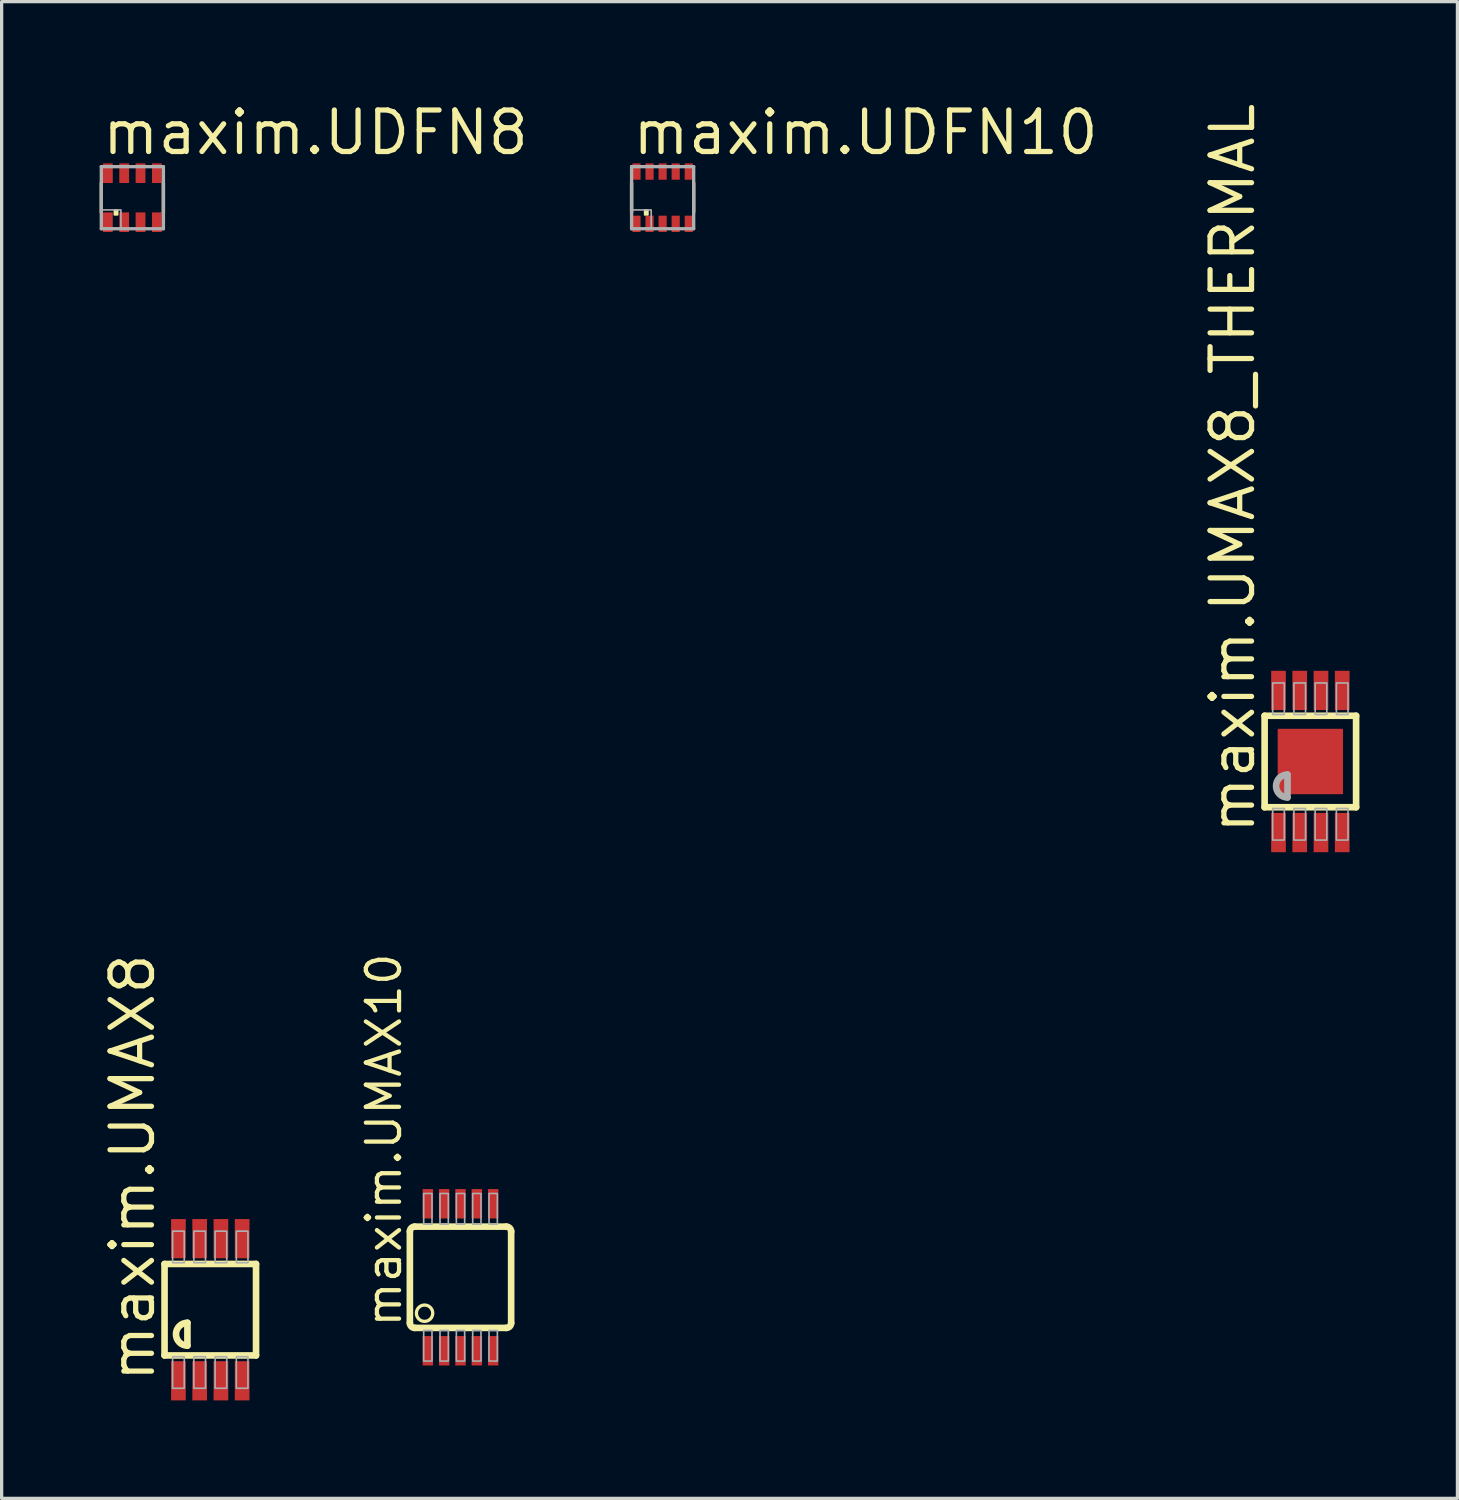
<source format=kicad_pcb>
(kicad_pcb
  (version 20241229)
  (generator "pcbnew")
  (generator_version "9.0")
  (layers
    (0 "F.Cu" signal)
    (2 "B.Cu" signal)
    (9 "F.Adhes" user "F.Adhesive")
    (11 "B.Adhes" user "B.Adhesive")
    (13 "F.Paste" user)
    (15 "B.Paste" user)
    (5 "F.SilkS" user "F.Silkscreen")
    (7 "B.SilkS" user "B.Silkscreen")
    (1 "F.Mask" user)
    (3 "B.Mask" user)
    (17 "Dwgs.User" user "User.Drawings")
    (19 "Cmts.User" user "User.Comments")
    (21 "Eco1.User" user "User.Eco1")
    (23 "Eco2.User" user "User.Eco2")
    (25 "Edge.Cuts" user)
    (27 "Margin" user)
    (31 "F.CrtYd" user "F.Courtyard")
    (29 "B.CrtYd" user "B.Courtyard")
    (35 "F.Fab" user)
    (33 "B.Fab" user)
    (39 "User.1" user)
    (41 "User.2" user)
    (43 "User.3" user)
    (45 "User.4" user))
  (footprint "maxim.UDFN10"
    (layer "F.Cu")
    (at 17.23 3)
    (property "Reference" "maxim.UDFN10" (at -1 -1.25 0) (layer "F.SilkS") (effects (font (size 1.27 1.27) (thickness 0.16)) (justify left bottom)))
    (attr smd)
    (fp_rect (start -0.95 -0.525) (end -0.65 -1.075) (stroke (width 0.05) (type default)) (fill yes) (layer "F.Mask"))
    (fp_rect (start -0.95 1.075) (end -0.65 0.525) (stroke (width 0.05) (type default)) (fill yes) (layer "F.Mask"))
    (fp_rect (start -0.55 -0.525) (end -0.25 -1.075) (stroke (width 0.05) (type default)) (fill yes) (layer "F.Mask"))
    (fp_rect (start -0.55 1.075) (end -0.25 0.525) (stroke (width 0.05) (type default)) (fill yes) (layer "F.Mask"))
    (fp_rect (start -0.15 -0.525) (end 0.15 -1.075) (stroke (width 0.05) (type default)) (fill yes) (layer "F.Mask"))
    (fp_rect (start -0.15 1.075) (end 0.15 0.525) (stroke (width 0.05) (type default)) (fill yes) (layer "F.Mask"))
    (fp_rect (start 0.25 -0.525) (end 0.55 -1.075) (stroke (width 0.05) (type default)) (fill yes) (layer "F.Mask"))
    (fp_rect (start 0.25 1.075) (end 0.55 0.525) (stroke (width 0.05) (type default)) (fill yes) (layer "F.Mask"))
    (fp_rect (start 0.65 -0.525) (end 0.95 -1.075) (stroke (width 0.05) (type default)) (fill yes) (layer "F.Mask"))
    (fp_rect (start 0.65 1.075) (end 0.95 0.525) (stroke (width 0.05) (type default)) (fill yes) (layer "F.Mask"))
    (fp_line (start -0.95 0.45) (end -0.95 -0.45) (stroke (width 0.102) (type default)) (layer "F.SilkS"))
    (fp_line (start 0.95 -0.45) (end 0.95 0.45) (stroke (width 0.102) (type default)) (layer "F.SilkS"))
    (fp_rect (start -0.55 0.525) (end -0.45 0.375) (stroke (width 0.05) (type default)) (fill yes) (layer "F.SilkS"))
    (fp_rect (start -0.9 -0.575) (end -0.7 -1.025) (stroke (width 0.05) (type default)) (fill yes) (layer "F.Paste"))
    (fp_rect (start -0.9 1.025) (end -0.7 0.575) (stroke (width 0.05) (type default)) (fill yes) (layer "F.Paste"))
    (fp_rect (start -0.5 -0.575) (end -0.3 -1.025) (stroke (width 0.05) (type default)) (fill yes) (layer "F.Paste"))
    (fp_rect (start -0.5 1.025) (end -0.3 0.575) (stroke (width 0.05) (type default)) (fill yes) (layer "F.Paste"))
    (fp_rect (start -0.1 -0.575) (end 0.1 -1.025) (stroke (width 0.05) (type default)) (fill yes) (layer "F.Paste"))
    (fp_rect (start -0.1 1.025) (end 0.1 0.575) (stroke (width 0.05) (type default)) (fill yes) (layer "F.Paste"))
    (fp_rect (start 0.3 -0.575) (end 0.5 -1.025) (stroke (width 0.05) (type default)) (fill yes) (layer "F.Paste"))
    (fp_rect (start 0.3 1.025) (end 0.5 0.575) (stroke (width 0.05) (type default)) (fill yes) (layer "F.Paste"))
    (fp_rect (start 0.7 -0.575) (end 0.9 -1.025) (stroke (width 0.05) (type default)) (fill yes) (layer "F.Paste"))
    (fp_rect (start 0.7 1.025) (end 0.9 0.575) (stroke (width 0.05) (type default)) (fill yes) (layer "F.Paste"))
    (fp_line (start -0.95 -0.95) (end 0.95 -0.95) (stroke (width 0.102) (type default)) (layer "F.Fab"))
    (fp_line (start -0.95 0.95) (end -0.95 -0.95) (stroke (width 0.102) (type default)) (layer "F.Fab"))
    (fp_line (start 0.95 -0.95) (end 0.95 0.95) (stroke (width 0.102) (type default)) (layer "F.Fab"))
    (fp_line (start 0.95 0.95) (end -0.95 0.95) (stroke (width 0.102) (type default)) (layer "F.Fab"))
    (fp_rect (start -0.95 0.95) (end -0.35 0.375) (stroke (width 0.05) (type default)) (fill no) (layer "F.Fab"))
    (pad "1" smd roundrect (at -0.8 0.8) (size 0.25 0.5) (layers "F.Cu" "F.Mask" "F.Paste") (roundrect_rratio 0.01))
    (pad "2" smd roundrect (at -0.4 0.8) (size 0.25 0.5) (layers "F.Cu" "F.Mask" "F.Paste") (roundrect_rratio 0.01))
    (pad "3" smd roundrect (at 0 0.8) (size 0.25 0.5) (layers "F.Cu" "F.Mask" "F.Paste") (roundrect_rratio 0.01))
    (pad "4" smd roundrect (at 0.4 0.8) (size 0.25 0.5) (layers "F.Cu" "F.Mask" "F.Paste") (roundrect_rratio 0.01))
    (pad "5" smd roundrect (at 0.8 0.8) (size 0.25 0.5) (layers "F.Cu" "F.Mask" "F.Paste") (roundrect_rratio 0.01))
    (pad "6" smd roundrect (at 0.8 -0.8 180) (size 0.25 0.5) (layers "F.Cu" "F.Mask" "F.Paste") (roundrect_rratio 0.01))
    (pad "7" smd roundrect (at 0.4 -0.8 180) (size 0.25 0.5) (layers "F.Cu" "F.Mask" "F.Paste") (roundrect_rratio 0.01))
    (pad "8" smd roundrect (at 0 -0.8 180) (size 0.25 0.5) (layers "F.Cu" "F.Mask" "F.Paste") (roundrect_rratio 0.01))
    (pad "9" smd roundrect (at -0.4 -0.8 180) (size 0.25 0.5) (layers "F.Cu" "F.Mask" "F.Paste") (roundrect_rratio 0.01))
    (pad "10" smd roundrect (at -0.8 -0.8 180) (size 0.25 0.5) (layers "F.Cu" "F.Mask" "F.Paste") (roundrect_rratio 0.01)))
  (footprint "maxim.UDFN8"
    (layer "F.Cu")
    (at 1.001 3)
    (property "Reference" "maxim.UDFN8" (at -1 -1.25 0) (layer "F.SilkS") (effects (font (size 1.27 1.27) (thickness 0.16)) (justify left bottom)))
    (attr smd)
    (fp_rect (start -0.925 -0.425) (end -0.575 -1.075) (stroke (width 0.05) (type default)) (fill yes) (layer "F.Mask"))
    (fp_rect (start -0.925 1.075) (end -0.575 0.425) (stroke (width 0.05) (type default)) (fill yes) (layer "F.Mask"))
    (fp_rect (start -0.425 -0.425) (end -0.075 -1.075) (stroke (width 0.05) (type default)) (fill yes) (layer "F.Mask"))
    (fp_rect (start -0.425 1.075) (end -0.075 0.425) (stroke (width 0.05) (type default)) (fill yes) (layer "F.Mask"))
    (fp_rect (start 0.075 -0.425) (end 0.425 -1.075) (stroke (width 0.05) (type default)) (fill yes) (layer "F.Mask"))
    (fp_rect (start 0.075 1.075) (end 0.425 0.425) (stroke (width 0.05) (type default)) (fill yes) (layer "F.Mask"))
    (fp_rect (start 0.575 -0.425) (end 0.925 -1.075) (stroke (width 0.05) (type default)) (fill yes) (layer "F.Mask"))
    (fp_rect (start 0.575 1.075) (end 0.925 0.425) (stroke (width 0.05) (type default)) (fill yes) (layer "F.Mask"))
    (fp_line (start -0.95 0.45) (end -0.95 -0.45) (stroke (width 0.102) (type default)) (layer "F.SilkS"))
    (fp_line (start 0.95 -0.45) (end 0.95 0.45) (stroke (width 0.102) (type default)) (layer "F.SilkS"))
    (fp_rect (start -0.55 0.525) (end -0.45 0.375) (stroke (width 0.05) (type default)) (fill yes) (layer "F.SilkS"))
    (fp_rect (start -0.875 -0.5) (end -0.625 -1) (stroke (width 0.05) (type default)) (fill yes) (layer "F.Paste"))
    (fp_rect (start -0.875 1) (end -0.625 0.5) (stroke (width 0.05) (type default)) (fill yes) (layer "F.Paste"))
    (fp_rect (start -0.375 -0.5) (end -0.125 -1) (stroke (width 0.05) (type default)) (fill yes) (layer "F.Paste"))
    (fp_rect (start -0.375 1) (end -0.125 0.5) (stroke (width 0.05) (type default)) (fill yes) (layer "F.Paste"))
    (fp_rect (start 0.125 -0.5) (end 0.375 -1) (stroke (width 0.05) (type default)) (fill yes) (layer "F.Paste"))
    (fp_rect (start 0.125 1) (end 0.375 0.5) (stroke (width 0.05) (type default)) (fill yes) (layer "F.Paste"))
    (fp_rect (start 0.625 -0.5) (end 0.875 -1) (stroke (width 0.05) (type default)) (fill yes) (layer "F.Paste"))
    (fp_rect (start 0.625 1) (end 0.875 0.5) (stroke (width 0.05) (type default)) (fill yes) (layer "F.Paste"))
    (fp_line (start -0.95 -0.95) (end 0.95 -0.95) (stroke (width 0.102) (type default)) (layer "F.Fab"))
    (fp_line (start -0.95 0.95) (end -0.95 -0.95) (stroke (width 0.102) (type default)) (layer "F.Fab"))
    (fp_line (start 0.95 -0.95) (end 0.95 0.95) (stroke (width 0.102) (type default)) (layer "F.Fab"))
    (fp_line (start 0.95 0.95) (end -0.95 0.95) (stroke (width 0.102) (type default)) (layer "F.Fab"))
    (fp_rect (start -0.95 0.95) (end -0.35 0.375) (stroke (width 0.05) (type default)) (fill no) (layer "F.Fab"))
    (pad "1" smd roundrect (at -0.75 0.75) (size 0.3 0.6) (layers "F.Cu" "F.Mask" "F.Paste") (roundrect_rratio 0.01))
    (pad "2" smd roundrect (at -0.25 0.75) (size 0.3 0.6) (layers "F.Cu" "F.Mask" "F.Paste") (roundrect_rratio 0.01))
    (pad "3" smd roundrect (at 0.25 0.75) (size 0.3 0.6) (layers "F.Cu" "F.Mask" "F.Paste") (roundrect_rratio 0.01))
    (pad "4" smd roundrect (at 0.75 0.75) (size 0.3 0.6) (layers "F.Cu" "F.Mask" "F.Paste") (roundrect_rratio 0.01))
    (pad "5" smd roundrect (at 0.75 -0.75 180) (size 0.3 0.6) (layers "F.Cu" "F.Mask" "F.Paste") (roundrect_rratio 0.01))
    (pad "6" smd roundrect (at 0.25 -0.75 180) (size 0.3 0.6) (layers "F.Cu" "F.Mask" "F.Paste") (roundrect_rratio 0.01))
    (pad "7" smd roundrect (at -0.25 -0.75 180) (size 0.3 0.6) (layers "F.Cu" "F.Mask" "F.Paste") (roundrect_rratio 0.01))
    (pad "8" smd roundrect (at -0.75 -0.75 180) (size 0.3 0.6) (layers "F.Cu" "F.Mask" "F.Paste") (roundrect_rratio 0.01)))
  (footprint "maxim.UMAX8_THERMAL"
    (layer "F.Cu")
    (at 37.054 20.256)
    (property "Reference" "maxim.UMAX8_THERMAL" (at -1.636 2.286 90) (layer "F.SilkS") (effects (font (size 1.27 1.27) (thickness 0.16)) (justify left bottom)))
    (attr smd)
    (fp_line (start -1.4 -1.4) (end 1.4 -1.4) (stroke (width 0.203) (type default)) (layer "F.SilkS"))
    (fp_line (start -1.4 1.4) (end -1.4 -1.4) (stroke (width 0.203) (type default)) (layer "F.SilkS"))
    (fp_line (start 1.4 -1.4) (end 1.4 1.4) (stroke (width 0.203) (type default)) (layer "F.SilkS"))
    (fp_line (start 1.4 1.4) (end -1.4 1.4) (stroke (width 0.203) (type default)) (layer "F.SilkS"))
    (fp_line (start -0.7 0.4) (end -0.7 1.1) (stroke (width 0.203) (type default)) (layer "F.Fab"))
    (fp_rect (start -1.153 -1.438) (end -0.797 -2.404) (stroke (width 0.05) (type default)) (fill no) (layer "F.Fab"))
    (fp_rect (start -1.153 2.404) (end -0.797 1.438) (stroke (width 0.05) (type default)) (fill no) (layer "F.Fab"))
    (fp_rect (start -0.503 -1.438) (end -0.147 -2.404) (stroke (width 0.05) (type default)) (fill no) (layer "F.Fab"))
    (fp_rect (start -0.503 2.404) (end -0.147 1.438) (stroke (width 0.05) (type default)) (fill no) (layer "F.Fab"))
    (fp_rect (start 0.147 -1.438) (end 0.503 -2.404) (stroke (width 0.05) (type default)) (fill no) (layer "F.Fab"))
    (fp_rect (start 0.147 2.404) (end 0.503 1.438) (stroke (width 0.05) (type default)) (fill no) (layer "F.Fab"))
    (fp_rect (start 0.797 -1.438) (end 1.153 -2.404) (stroke (width 0.05) (type default)) (fill no) (layer "F.Fab"))
    (fp_rect (start 0.797 2.404) (end 1.153 1.438) (stroke (width 0.05) (type default)) (fill no) (layer "F.Fab"))
    (fp_arc (start -0.7 1.1) (mid -1.05 0.75) (end -0.7 0.4) (stroke (width 0.2032) (type default)) (layer "F.Fab"))
    (pad "1" smd roundrect (at -0.975 2.175) (size 0.45 1.2) (layers "F.Cu" "F.Mask" "F.Paste") (roundrect_rratio 0.01))
    (pad "2" smd roundrect (at -0.325 2.175) (size 0.45 1.2) (layers "F.Cu" "F.Mask" "F.Paste") (roundrect_rratio 0.01))
    (pad "3" smd roundrect (at 0.325 2.175) (size 0.45 1.2) (layers "F.Cu" "F.Mask" "F.Paste") (roundrect_rratio 0.01))
    (pad "4" smd roundrect (at 0.975 2.175) (size 0.45 1.2) (layers "F.Cu" "F.Mask" "F.Paste") (roundrect_rratio 0.01))
    (pad "5" smd roundrect (at 0.975 -2.175) (size 0.45 1.2) (layers "F.Cu" "F.Mask" "F.Paste") (roundrect_rratio 0.01))
    (pad "6" smd roundrect (at 0.325 -2.175) (size 0.45 1.2) (layers "F.Cu" "F.Mask" "F.Paste") (roundrect_rratio 0.01))
    (pad "7" smd roundrect (at -0.325 -2.175) (size 0.45 1.2) (layers "F.Cu" "F.Mask" "F.Paste") (roundrect_rratio 0.01))
    (pad "8" smd roundrect (at -0.975 -2.175) (size 0.45 1.2) (layers "F.Cu" "F.Mask" "F.Paste") (roundrect_rratio 0.01))
    (pad "TH" smd roundrect (at 0 0) (size 2 2) (layers "F.Cu" "F.Mask" "F.Paste") (roundrect_rratio 0.01)))
  (footprint "maxim.UMAX8"
    (layer "F.Cu")
    (at 3.386 37.034)
    (property "Reference" "maxim.UMAX8" (at -1.636 2.286 90) (layer "F.SilkS") (effects (font (size 1.27 1.27) (thickness 0.16)) (justify left bottom)))
    (attr smd)
    (fp_line (start -1.4 -1.4) (end 1.4 -1.4) (stroke (width 0.203) (type default)) (layer "F.SilkS"))
    (fp_line (start -1.4 1.4) (end -1.4 -1.4) (stroke (width 0.203) (type default)) (layer "F.SilkS"))
    (fp_line (start -0.7 0.4) (end -0.7 1.1) (stroke (width 0.203) (type default)) (layer "F.SilkS"))
    (fp_line (start 1.4 -1.4) (end 1.4 1.4) (stroke (width 0.203) (type default)) (layer "F.SilkS"))
    (fp_line (start 1.4 1.4) (end -1.4 1.4) (stroke (width 0.203) (type default)) (layer "F.SilkS"))
    (fp_arc (start -0.7 1.1) (mid -1.05 0.75) (end -0.7 0.4) (stroke (width 0.2032) (type default)) (layer "F.SilkS"))
    (fp_rect (start -1.153 -1.438) (end -0.797 -2.404) (stroke (width 0.05) (type default)) (fill no) (layer "F.Fab"))
    (fp_rect (start -1.153 2.404) (end -0.797 1.438) (stroke (width 0.05) (type default)) (fill no) (layer "F.Fab"))
    (fp_rect (start -0.503 -1.438) (end -0.147 -2.404) (stroke (width 0.05) (type default)) (fill no) (layer "F.Fab"))
    (fp_rect (start -0.503 2.404) (end -0.147 1.438) (stroke (width 0.05) (type default)) (fill no) (layer "F.Fab"))
    (fp_rect (start 0.147 -1.438) (end 0.503 -2.404) (stroke (width 0.05) (type default)) (fill no) (layer "F.Fab"))
    (fp_rect (start 0.147 2.404) (end 0.503 1.438) (stroke (width 0.05) (type default)) (fill no) (layer "F.Fab"))
    (fp_rect (start 0.797 -1.438) (end 1.153 -2.404) (stroke (width 0.05) (type default)) (fill no) (layer "F.Fab"))
    (fp_rect (start 0.797 2.404) (end 1.153 1.438) (stroke (width 0.05) (type default)) (fill no) (layer "F.Fab"))
    (pad "1" smd roundrect (at -0.975 2.175) (size 0.45 1.2) (layers "F.Cu" "F.Mask" "F.Paste") (roundrect_rratio 0.01))
    (pad "2" smd roundrect (at -0.325 2.175) (size 0.45 1.2) (layers "F.Cu" "F.Mask" "F.Paste") (roundrect_rratio 0.01))
    (pad "3" smd roundrect (at 0.325 2.175) (size 0.45 1.2) (layers "F.Cu" "F.Mask" "F.Paste") (roundrect_rratio 0.01))
    (pad "4" smd roundrect (at 0.975 2.175) (size 0.45 1.2) (layers "F.Cu" "F.Mask" "F.Paste") (roundrect_rratio 0.01))
    (pad "5" smd roundrect (at 0.975 -2.175) (size 0.45 1.2) (layers "F.Cu" "F.Mask" "F.Paste") (roundrect_rratio 0.01))
    (pad "6" smd roundrect (at 0.325 -2.175) (size 0.45 1.2) (layers "F.Cu" "F.Mask" "F.Paste") (roundrect_rratio 0.01))
    (pad "7" smd roundrect (at -0.325 -2.175) (size 0.45 1.2) (layers "F.Cu" "F.Mask" "F.Paste") (roundrect_rratio 0.01))
    (pad "8" smd roundrect (at -0.975 -2.175) (size 0.45 1.2) (layers "F.Cu" "F.Mask" "F.Paste") (roundrect_rratio 0.01)))
  (footprint "maxim.UMAX10"
    (layer "F.Cu")
    (at 11.044 36.041)
    (property "Reference" "maxim.UMAX10" (at -1.75 1.594 90) (layer "F.SilkS") (effects (font (size 1.016 1.016) (thickness 0.13)) (justify left bottom)))
    (attr smd)
    (fp_line (start -1.55 1.4) (end -1.55 -1.4) (stroke (width 0.203) (type default)) (layer "F.SilkS"))
    (fp_line (start -1.4 -1.55) (end 1.4 -1.55) (stroke (width 0.203) (type default)) (layer "F.SilkS"))
    (fp_line (start 1.4 1.55) (end -1.4 1.55) (stroke (width 0.203) (type default)) (layer "F.SilkS"))
    (fp_line (start 1.55 -1.4) (end 1.55 1.4) (stroke (width 0.203) (type default)) (layer "F.SilkS"))
    (fp_arc (start -1.55 -1.4) (mid -1.506066 -1.506066) (end -1.4 -1.55) (stroke (width 0.2032) (type default)) (layer "F.SilkS"))
    (fp_arc (start -1.4 1.55) (mid -1.506066 1.506066) (end -1.55 1.4) (stroke (width 0.2032) (type default)) (layer "F.SilkS"))
    (fp_arc (start 1.4 -1.55) (mid 1.506066 -1.506066) (end 1.55 -1.4) (stroke (width 0.2032) (type default)) (layer "F.SilkS"))
    (fp_arc (start 1.55 1.4) (mid 1.506066 1.506066) (end 1.4 1.55) (stroke (width 0.2032) (type default)) (layer "F.SilkS"))
    (fp_circle (center -1.1 1.1) (end -0.85 1.1) (stroke (width 0.1) (type default)) (fill no) (layer "F.SilkS"))
    (fp_rect (start -1.127 -1.626) (end -0.873 -2.565) (stroke (width 0.05) (type default)) (fill no) (layer "F.Fab"))
    (fp_rect (start -1.127 2.565) (end -0.873 1.626) (stroke (width 0.05) (type default)) (fill no) (layer "F.Fab"))
    (fp_rect (start -0.627 -1.626) (end -0.373 -2.565) (stroke (width 0.05) (type default)) (fill no) (layer "F.Fab"))
    (fp_rect (start -0.627 2.565) (end -0.373 1.626) (stroke (width 0.05) (type default)) (fill no) (layer "F.Fab"))
    (fp_rect (start -0.127 -1.626) (end 0.127 -2.565) (stroke (width 0.05) (type default)) (fill no) (layer "F.Fab"))
    (fp_rect (start -0.127 2.565) (end 0.127 1.626) (stroke (width 0.05) (type default)) (fill no) (layer "F.Fab"))
    (fp_rect (start 0.373 -1.626) (end 0.627 -2.565) (stroke (width 0.05) (type default)) (fill no) (layer "F.Fab"))
    (fp_rect (start 0.373 2.565) (end 0.627 1.626) (stroke (width 0.05) (type default)) (fill no) (layer "F.Fab"))
    (fp_rect (start 0.873 -1.626) (end 1.127 -2.565) (stroke (width 0.05) (type default)) (fill no) (layer "F.Fab"))
    (fp_rect (start 0.873 2.565) (end 1.127 1.626) (stroke (width 0.05) (type default)) (fill no) (layer "F.Fab"))
    (pad "1" smd roundrect (at -1 2.25) (size 0.32 0.9) (layers "F.Cu" "F.Mask" "F.Paste") (roundrect_rratio 0.01))
    (pad "2" smd roundrect (at -0.5 2.25) (size 0.32 0.9) (layers "F.Cu" "F.Mask" "F.Paste") (roundrect_rratio 0.01))
    (pad "3" smd roundrect (at 0 2.25) (size 0.32 0.9) (layers "F.Cu" "F.Mask" "F.Paste") (roundrect_rratio 0.01))
    (pad "4" smd roundrect (at 0.5 2.25) (size 0.32 0.9) (layers "F.Cu" "F.Mask" "F.Paste") (roundrect_rratio 0.01))
    (pad "5" smd roundrect (at 1 2.25) (size 0.32 0.9) (layers "F.Cu" "F.Mask" "F.Paste") (roundrect_rratio 0.01))
    (pad "6" smd roundrect (at 1 -2.25) (size 0.32 0.9) (layers "F.Cu" "F.Mask" "F.Paste") (roundrect_rratio 0.01))
    (pad "7" smd roundrect (at 0.5 -2.25) (size 0.32 0.9) (layers "F.Cu" "F.Mask" "F.Paste") (roundrect_rratio 0.01))
    (pad "8" smd roundrect (at 0 -2.25) (size 0.32 0.9) (layers "F.Cu" "F.Mask" "F.Paste") (roundrect_rratio 0.01))
    (pad "9" smd roundrect (at -0.5 -2.25) (size 0.32 0.9) (layers "F.Cu" "F.Mask" "F.Paste") (roundrect_rratio 0.01))
    (pad "10" smd roundrect (at -1 -2.25) (size 0.32 0.9) (layers "F.Cu" "F.Mask" "F.Paste") (roundrect_rratio 0.01)))
  (gr_rect
    (start -3 -3)
    (end 41.555 42.809)
    (stroke (width 0.1) (type default))
    (fill no)
    (layer "Edge.Cuts")))
</source>
